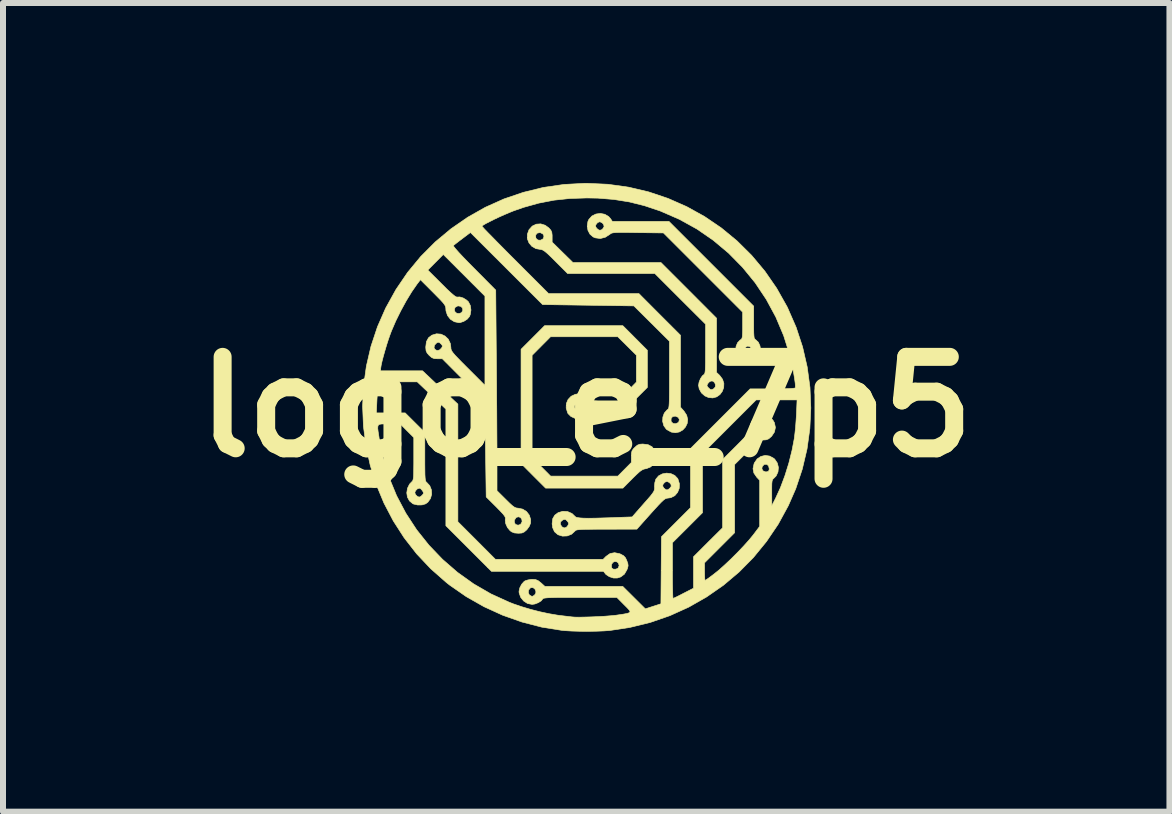
<source format=kicad_pcb>
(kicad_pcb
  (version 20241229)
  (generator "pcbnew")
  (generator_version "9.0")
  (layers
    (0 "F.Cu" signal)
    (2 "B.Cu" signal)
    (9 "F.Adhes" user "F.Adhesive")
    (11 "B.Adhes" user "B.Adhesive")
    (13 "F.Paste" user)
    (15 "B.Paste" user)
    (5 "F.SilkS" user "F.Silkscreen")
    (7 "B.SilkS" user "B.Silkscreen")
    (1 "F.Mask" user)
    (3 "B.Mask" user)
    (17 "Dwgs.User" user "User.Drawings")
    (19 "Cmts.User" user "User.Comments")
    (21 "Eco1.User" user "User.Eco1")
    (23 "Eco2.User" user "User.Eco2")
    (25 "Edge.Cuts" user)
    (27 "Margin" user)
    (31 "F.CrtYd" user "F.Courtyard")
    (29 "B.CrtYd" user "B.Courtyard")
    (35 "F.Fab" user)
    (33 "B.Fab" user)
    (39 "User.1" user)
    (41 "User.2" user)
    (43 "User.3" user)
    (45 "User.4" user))
  (footprint "logo_e_7p5"
    (layer "F.Cu")
    (at 6.72 3.732)
    (property "Reference" "logo_e_7p5" (at 0 0 0) (layer "F.SilkS") (effects (font (size 1.524 1.524) (thickness 0.3))))
    (attr through_hole)
    (fp_poly (pts (xy -0.684 -3.028) (xy -0.624 -2.984) (xy -0.59 -2.946) (xy -0.574 -2.911) (xy -0.568 -2.863) (xy -0.568 -2.838) (xy -0.568 -2.747) (xy -0.395 -2.577) (xy -0.222 -2.407) (xy 1.245 -2.407) (xy 1.709 -1.943) (xy 2.172 -1.479) (xy 2.172 -0.575) (xy 2.223 -0.527) (xy 2.272 -0.461) (xy 2.294 -0.392) (xy 2.291 -0.323) (xy 2.268 -0.26) (xy 2.228 -0.206) (xy 2.174 -0.168) (xy 2.109 -0.15) (xy 2.038 -0.157) (xy 1.977 -0.184) (xy 1.92 -0.234) (xy 1.883 -0.301) (xy 1.872 -0.361) (xy 1.872 -0.361) (xy 2.012 -0.361) (xy 2.02 -0.338) (xy 2.037 -0.319) (xy 2.067 -0.292) (xy 2.089 -0.287) (xy 2.118 -0.299) (xy 2.123 -0.302) (xy 2.15 -0.331) (xy 2.154 -0.369) (xy 2.14 -0.406) (xy 2.111 -0.43) (xy 2.079 -0.432) (xy 2.049 -0.415) (xy 2.027 -0.39) (xy 2.012 -0.361) (xy 1.872 -0.361) (xy 1.881 -0.414) (xy 1.904 -0.471) (xy 1.935 -0.518) (xy 1.957 -0.536) (xy 1.967 -0.543) (xy 1.974 -0.556) (xy 1.98 -0.577) (xy 1.984 -0.612) (xy 1.986 -0.664) (xy 1.988 -0.737) (xy 1.988 -0.835) (xy 1.989 -0.963) (xy 1.989 -1.379) (xy 1.566 -1.801) (xy 1.144 -2.223) (xy -0.31 -2.223) (xy -0.51 -2.423) (xy -0.587 -2.5) (xy -0.646 -2.556) (xy -0.69 -2.593) (xy -0.723 -2.614) (xy -0.747 -2.623) (xy -0.756 -2.624) (xy -0.838 -2.638) (xy -0.906 -2.677) (xy -0.954 -2.734) (xy -0.981 -2.803) (xy -0.981 -2.825) (xy -0.842 -2.825) (xy -0.835 -2.807) (xy -0.806 -2.782) (xy -0.765 -2.778) (xy -0.726 -2.796) (xy -0.712 -2.812) (xy -0.704 -2.85) (xy -0.723 -2.884) (xy -0.765 -2.904) (xy -0.773 -2.905) (xy -0.816 -2.897) (xy -0.841 -2.867) (xy -0.842 -2.825) (xy -0.981 -2.825) (xy -0.981 -2.878) (xy -0.953 -2.954) (xy -0.952 -2.955) (xy -0.899 -3.014) (xy -0.832 -3.046) (xy -0.758 -3.051) (xy -0.684 -3.028)) (stroke (width 0.01) (type solid)) (fill yes) (layer "F.SilkS"))
    (fp_poly (pts (xy 0.309 -3.211) (xy 0.373 -3.174) (xy 0.407 -3.135) (xy 0.435 -3.092) (xy 1.379 -3.092) (xy 2.085 -2.386) (xy 2.791 -1.68) (xy 2.791 -1.409) (xy 2.791 -1.308) (xy 2.792 -1.235) (xy 2.795 -1.185) (xy 2.799 -1.153) (xy 2.807 -1.135) (xy 2.817 -1.124) (xy 2.824 -1.12) (xy 2.868 -1.079) (xy 2.896 -1.018) (xy 2.906 -0.946) (xy 2.897 -0.874) (xy 2.882 -0.835) (xy 2.838 -0.783) (xy 2.773 -0.749) (xy 2.699 -0.736) (xy 2.623 -0.746) (xy 2.586 -0.762) (xy 2.537 -0.805) (xy 2.505 -0.867) (xy 2.492 -0.937) (xy 2.493 -0.957) (xy 2.628 -0.957) (xy 2.63 -0.921) (xy 2.65 -0.896) (xy 2.687 -0.872) (xy 2.723 -0.88) (xy 2.75 -0.904) (xy 2.77 -0.937) (xy 2.764 -0.965) (xy 2.727 -1.006) (xy 2.689 -1.014) (xy 2.658 -0.996) (xy 2.628 -0.957) (xy 2.493 -0.957) (xy 2.497 -1.008) (xy 2.522 -1.07) (xy 2.566 -1.116) (xy 2.574 -1.12) (xy 2.587 -1.13) (xy 2.596 -1.146) (xy 2.602 -1.174) (xy 2.605 -1.219) (xy 2.607 -1.288) (xy 2.607 -1.359) (xy 2.607 -1.58) (xy 1.947 -2.24) (xy 1.287 -2.9) (xy 0.859 -2.905) (xy 0.728 -2.907) (xy 0.626 -2.908) (xy 0.55 -2.908) (xy 0.494 -2.906) (xy 0.456 -2.903) (xy 0.43 -2.898) (xy 0.412 -2.891) (xy 0.399 -2.881) (xy 0.395 -2.878) (xy 0.318 -2.828) (xy 0.235 -2.807) (xy 0.152 -2.818) (xy 0.116 -2.833) (xy 0.063 -2.878) (xy 0.029 -2.942) (xy 0.018 -3.009) (xy 0.154 -3.009) (xy 0.175 -2.976) (xy 0.213 -2.946) (xy 0.249 -2.948) (xy 0.275 -2.968) (xy 0.298 -3.005) (xy 0.29 -3.041) (xy 0.266 -3.068) (xy 0.227 -3.087) (xy 0.19 -3.073) (xy 0.161 -3.037) (xy 0.154 -3.009) (xy 0.018 -3.009) (xy 0.017 -3.016) (xy 0.028 -3.09) (xy 0.044 -3.125) (xy 0.095 -3.182) (xy 0.162 -3.215) (xy 0.236 -3.225) (xy 0.309 -3.211)) (stroke (width 0.01) (type solid)) (fill yes) (layer "F.SilkS"))
    (fp_poly (pts (xy 1.412 1.112) (xy 1.476 1.142) (xy 1.524 1.193) (xy 1.529 1.202) (xy 1.553 1.28) (xy 1.55 1.356) (xy 1.523 1.424) (xy 1.476 1.479) (xy 1.411 1.512) (xy 1.355 1.52) (xy 1.336 1.523) (xy 1.314 1.533) (xy 1.286 1.554) (xy 1.249 1.589) (xy 1.199 1.641) (xy 1.134 1.712) (xy 1.074 1.779) (xy 0.844 2.037) (xy 0.339 2.038) (xy 0.196 2.038) (xy 0.082 2.039) (xy -0.006 2.04) (xy -0.072 2.042) (xy -0.118 2.045) (xy -0.15 2.049) (xy -0.169 2.054) (xy -0.181 2.062) (xy -0.187 2.068) (xy -0.244 2.121) (xy -0.317 2.15) (xy -0.396 2.153) (xy -0.47 2.13) (xy -0.528 2.081) (xy -0.56 2.011) (xy -0.567 1.954) (xy -0.432 1.954) (xy -0.407 1.996) (xy -0.369 2.017) (xy -0.331 2.006) (xy -0.307 1.978) (xy -0.293 1.949) (xy -0.3 1.924) (xy -0.315 1.903) (xy -0.342 1.877) (xy -0.368 1.875) (xy -0.391 1.884) (xy -0.426 1.914) (xy -0.432 1.954) (xy -0.567 1.954) (xy -0.568 1.942) (xy -0.558 1.862) (xy -0.524 1.804) (xy -0.468 1.762) (xy -0.389 1.739) (xy -0.31 1.744) (xy -0.237 1.776) (xy -0.187 1.824) (xy -0.173 1.836) (xy -0.145 1.844) (xy -0.103 1.85) (xy -0.042 1.854) (xy 0.04 1.855) (xy 0.147 1.854) (xy 0.28 1.85) (xy 0.443 1.845) (xy 0.479 1.843) (xy 0.766 1.833) (xy 0.954 1.618) (xy 1.023 1.54) (xy 1.073 1.482) (xy 1.106 1.439) (xy 1.126 1.408) (xy 1.136 1.382) (xy 1.139 1.358) (xy 1.139 1.33) (xy 1.139 1.33) (xy 1.139 1.319) (xy 1.274 1.319) (xy 1.294 1.352) (xy 1.329 1.381) (xy 1.359 1.381) (xy 1.39 1.359) (xy 1.417 1.324) (xy 1.412 1.29) (xy 1.386 1.26) (xy 1.347 1.241) (xy 1.309 1.255) (xy 1.28 1.291) (xy 1.274 1.319) (xy 1.139 1.319) (xy 1.143 1.263) (xy 1.16 1.205) (xy 1.16 1.204) (xy 1.206 1.149) (xy 1.268 1.116) (xy 1.34 1.103) (xy 1.412 1.112)) (stroke (width 0.01) (type solid)) (fill yes) (layer "F.SilkS"))
    (fp_poly (pts (xy 0.815 -1.149) (xy 1.019 -0.944) (xy 1.019 -0.326) (xy 0.814 -0.121) (xy 0.609 0.083) (xy 0.339 0.083) (xy 0.238 0.083) (xy 0.165 0.084) (xy 0.115 0.087) (xy 0.083 0.092) (xy 0.065 0.099) (xy 0.054 0.11) (xy 0.05 0.116) (xy 0.008 0.163) (xy -0.053 0.191) (xy -0.123 0.199) (xy -0.193 0.188) (xy -0.256 0.158) (xy -0.303 0.111) (xy -0.309 0.1) (xy -0.334 0.02) (xy -0.333 -0.021) (xy -0.196 -0.021) (xy -0.194 0.014) (xy -0.174 0.04) (xy -0.137 0.064) (xy -0.101 0.056) (xy -0.074 0.032) (xy -0.054 -0.001) (xy -0.06 -0.03) (xy -0.097 -0.07) (xy -0.135 -0.078) (xy -0.166 -0.06) (xy -0.196 -0.021) (xy -0.333 -0.021) (xy -0.331 -0.057) (xy -0.302 -0.125) (xy -0.251 -0.178) (xy -0.181 -0.211) (xy -0.124 -0.218) (xy -0.069 -0.209) (xy -0.012 -0.185) (xy 0.034 -0.154) (xy 0.056 -0.125) (xy 0.066 -0.115) (xy 0.089 -0.108) (xy 0.13 -0.104) (xy 0.194 -0.101) (xy 0.287 -0.101) (xy 0.297 -0.101) (xy 0.529 -0.101) (xy 0.682 -0.257) (xy 0.836 -0.414) (xy 0.836 -0.862) (xy 0.681 -1.016) (xy 0.526 -1.17) (xy -0.594 -1.17) (xy -0.748 -1.015) (xy -0.902 -0.86) (xy -0.902 0.844) (xy -0.747 0.998) (xy -0.593 1.153) (xy 0.527 1.153) (xy 0.64 1.039) (xy 0.752 0.926) (xy 0.752 0.829) (xy 0.753 0.805) (xy 0.888 0.805) (xy 0.896 0.848) (xy 0.913 0.871) (xy 0.943 0.897) (xy 0.969 0.896) (xy 1.002 0.869) (xy 1.004 0.867) (xy 1.027 0.839) (xy 1.026 0.816) (xy 1.014 0.796) (xy 0.977 0.761) (xy 0.936 0.755) (xy 0.91 0.769) (xy 0.888 0.805) (xy 0.753 0.805) (xy 0.754 0.771) (xy 0.763 0.732) (xy 0.785 0.699) (xy 0.809 0.675) (xy 0.851 0.638) (xy 0.891 0.622) (xy 0.943 0.618) (xy 1.031 0.629) (xy 1.097 0.664) (xy 1.142 0.724) (xy 1.144 0.728) (xy 1.166 0.807) (xy 1.159 0.883) (xy 1.127 0.95) (xy 1.073 1) (xy 1.001 1.029) (xy 0.99 1.03) (xy 0.959 1.037) (xy 0.928 1.052) (xy 0.892 1.077) (xy 0.846 1.119) (xy 0.784 1.179) (xy 0.767 1.196) (xy 0.611 1.353) (xy -0.677 1.353) (xy -0.882 1.148) (xy -1.086 0.943) (xy -1.086 -0.961) (xy -0.89 -1.157) (xy -0.694 -1.354) (xy 0.61 -1.354) (xy 0.815 -1.149)) (stroke (width 0.01) (type solid)) (fill yes) (layer "F.SilkS"))
    (fp_poly (pts (xy 0.36 -3.711) (xy 0.705 -3.663) (xy 1.04 -3.584) (xy 1.364 -3.475) (xy 1.675 -3.338) (xy 1.971 -3.174) (xy 2.252 -2.983) (xy 2.514 -2.767) (xy 2.756 -2.527) (xy 2.977 -2.263) (xy 3.174 -1.978) (xy 3.347 -1.671) (xy 3.359 -1.646) (xy 3.498 -1.328) (xy 3.606 -1) (xy 3.683 -0.665) (xy 3.729 -0.325) (xy 3.743 0.018) (xy 3.727 0.361) (xy 3.68 0.701) (xy 3.601 1.036) (xy 3.492 1.363) (xy 3.368 1.646) (xy 3.2 1.954) (xy 3.005 2.242) (xy 2.787 2.509) (xy 2.546 2.753) (xy 2.285 2.973) (xy 2.004 3.168) (xy 1.707 3.337) (xy 1.393 3.479) (xy 1.066 3.592) (xy 0.726 3.675) (xy 0.398 3.725) (xy 0.295 3.733) (xy 0.169 3.738) (xy 0.031 3.74) (xy -0.11 3.739) (xy -0.244 3.735) (xy -0.36 3.728) (xy -0.409 3.723) (xy -0.741 3.67) (xy -1.07 3.585) (xy -1.393 3.471) (xy -1.704 3.329) (xy -2 3.161) (xy -2.275 2.97) (xy -2.331 2.926) (xy -2.591 2.697) (xy -2.826 2.448) (xy -3.034 2.181) (xy -3.216 1.898) (xy -3.371 1.602) (xy -3.499 1.294) (xy -3.599 0.976) (xy -3.67 0.651) (xy -3.713 0.321) (xy -3.722 0.1) (xy -3.498 0.1) (xy -3.017 0.1) (xy -2.69 0.425) (xy -2.69 0.83) (xy -2.69 0.957) (xy -2.689 1.055) (xy -2.688 1.128) (xy -2.685 1.18) (xy -2.681 1.215) (xy -2.675 1.236) (xy -2.668 1.25) (xy -2.66 1.256) (xy -2.608 1.312) (xy -2.58 1.382) (xy -2.576 1.456) (xy -2.596 1.527) (xy -2.639 1.587) (xy -2.677 1.615) (xy -2.737 1.633) (xy -2.81 1.634) (xy -2.878 1.618) (xy -2.891 1.612) (xy -2.946 1.566) (xy -2.98 1.503) (xy -2.991 1.43) (xy -2.99 1.428) (xy -2.857 1.428) (xy -2.845 1.461) (xy -2.815 1.491) (xy -2.784 1.503) (xy -2.757 1.492) (xy -2.733 1.47) (xy -2.713 1.445) (xy -2.715 1.422) (xy -2.73 1.395) (xy -2.757 1.365) (xy -2.781 1.353) (xy -2.815 1.366) (xy -2.845 1.397) (xy -2.857 1.428) (xy -2.99 1.428) (xy -2.979 1.356) (xy -2.945 1.287) (xy -2.909 1.249) (xy -2.897 1.238) (xy -2.889 1.223) (xy -2.883 1.2) (xy -2.878 1.165) (xy -2.876 1.113) (xy -2.875 1.039) (xy -2.874 0.939) (xy -2.874 0.865) (xy -2.874 0.51) (xy -2.987 0.397) (xy -3.099 0.284) (xy -3.287 0.284) (xy -3.366 0.283) (xy -3.42 0.285) (xy -3.454 0.293) (xy -3.471 0.314) (xy -3.475 0.353) (xy -3.468 0.413) (xy -3.454 0.5) (xy -3.451 0.525) (xy -3.384 0.854) (xy -3.287 1.172) (xy -3.161 1.478) (xy -3.007 1.77) (xy -2.827 2.046) (xy -2.622 2.303) (xy -2.394 2.541) (xy -2.145 2.757) (xy -1.875 2.95) (xy -1.586 3.117) (xy -1.281 3.256) (xy -1.212 3.283) (xy -1.077 3.329) (xy -0.926 3.374) (xy -0.77 3.414) (xy -0.62 3.446) (xy -0.486 3.469) (xy -0.451 3.474) (xy -0.376 3.483) (xy -0.307 3.491) (xy -0.257 3.497) (xy -0.242 3.499) (xy -0.191 3.503) (xy -0.114 3.504) (xy -0.018 3.502) (xy 0.09 3.499) (xy 0.202 3.494) (xy 0.311 3.488) (xy 0.41 3.48) (xy 0.492 3.472) (xy 0.526 3.467) (xy 0.621 3.453) (xy 0.685 3.441) (xy 0.721 3.428) (xy 0.731 3.411) (xy 0.717 3.385) (xy 0.683 3.348) (xy 0.633 3.298) (xy 0.511 3.175) (xy -0.102 3.175) (xy -0.264 3.175) (xy -0.395 3.175) (xy -0.499 3.176) (xy -0.579 3.178) (xy -0.638 3.18) (xy -0.679 3.184) (xy -0.705 3.188) (xy -0.719 3.193) (xy -0.725 3.2) (xy -0.751 3.232) (xy -0.799 3.262) (xy -0.855 3.284) (xy -0.902 3.291) (xy -0.978 3.276) (xy -1.043 3.234) (xy -1.092 3.173) (xy -1.118 3.1) (xy -1.118 3.093) (xy -0.966 3.093) (xy -0.95 3.13) (xy -0.943 3.136) (xy -0.914 3.153) (xy -0.902 3.158) (xy -0.882 3.149) (xy -0.862 3.136) (xy -0.84 3.104) (xy -0.84 3.067) (xy -0.857 3.033) (xy -0.886 3.012) (xy -0.922 3.012) (xy -0.932 3.018) (xy -0.96 3.051) (xy -0.966 3.093) (xy -1.118 3.093) (xy -1.12 3.073) (xy -1.107 3.015) (xy -1.076 2.955) (xy -1.035 2.909) (xy -1.018 2.898) (xy -0.971 2.883) (xy -0.912 2.874) (xy -0.895 2.874) (xy -0.842 2.878) (xy -0.8 2.896) (xy -0.754 2.932) (xy -0.689 2.991) (xy 0.609 2.991) (xy 0.797 3.178) (xy 0.985 3.365) (xy 1.115 3.323) (xy 1.245 3.281) (xy 1.253 2.263) (xy 1.437 2.263) (xy 1.437 2.727) (xy 1.437 2.848) (xy 1.438 2.957) (xy 1.44 3.05) (xy 1.442 3.123) (xy 1.444 3.171) (xy 1.447 3.191) (xy 1.447 3.191) (xy 1.465 3.184) (xy 1.506 3.165) (xy 1.564 3.136) (xy 1.622 3.106) (xy 1.788 3.021) (xy 1.788 2.497) (xy 2.03 2.255) (xy 2.273 2.014) (xy 2.273 0.876) (xy 2.504 0.646) (xy 2.584 0.565) (xy 2.643 0.504) (xy 2.685 0.458) (xy 2.71 0.425) (xy 2.724 0.4) (xy 2.728 0.38) (xy 2.728 0.369) (xy 2.729 0.353) (xy 2.875 0.353) (xy 2.89 0.391) (xy 2.922 0.414) (xy 2.941 0.417) (xy 2.976 0.406) (xy 2.988 0.397) (xy 3.008 0.359) (xy 3.004 0.32) (xy 2.98 0.289) (xy 2.944 0.275) (xy 2.908 0.284) (xy 2.88 0.314) (xy 2.875 0.353) (xy 2.729 0.353) (xy 2.733 0.303) (xy 2.762 0.236) (xy 2.808 0.181) (xy 2.827 0.167) (xy 2.902 0.139) (xy 2.979 0.139) (xy 3.051 0.165) (xy 3.108 0.215) (xy 3.136 0.262) (xy 3.153 0.342) (xy 3.137 0.418) (xy 3.089 0.49) (xy 3.083 0.495) (xy 3.04 0.532) (xy 2.998 0.548) (xy 2.955 0.551) (xy 2.928 0.552) (xy 2.904 0.557) (xy 2.879 0.569) (xy 2.848 0.592) (xy 2.807 0.629) (xy 2.751 0.683) (xy 2.678 0.755) (xy 2.473 0.96) (xy 2.473 2.097) (xy 2.223 2.347) (xy 1.972 2.598) (xy 1.972 2.744) (xy 1.973 2.809) (xy 1.975 2.86) (xy 1.979 2.887) (xy 1.981 2.89) (xy 1.998 2.881) (xy 2.035 2.856) (xy 2.086 2.818) (xy 2.127 2.787) (xy 2.211 2.72) (xy 2.309 2.632) (xy 2.415 2.532) (xy 2.521 2.426) (xy 2.622 2.32) (xy 2.711 2.221) (xy 2.782 2.135) (xy 2.788 2.127) (xy 2.891 1.99) (xy 2.891 1.223) (xy 2.841 1.17) (xy 2.794 1.101) (xy 2.781 1.034) (xy 2.928 1.034) (xy 2.948 1.066) (xy 2.986 1.082) (xy 3.006 1.082) (xy 3.038 1.072) (xy 3.049 1.045) (xy 3.05 1.029) (xy 3.039 0.983) (xy 3.011 0.957) (xy 2.974 0.956) (xy 2.962 0.962) (xy 2.932 0.996) (xy 2.928 1.034) (xy 2.781 1.034) (xy 2.78 1.028) (xy 2.797 0.947) (xy 2.804 0.931) (xy 2.849 0.866) (xy 2.911 0.825) (xy 2.983 0.808) (xy 3.057 0.819) (xy 3.126 0.857) (xy 3.142 0.871) (xy 3.185 0.935) (xy 3.203 1.008) (xy 3.196 1.083) (xy 3.165 1.15) (xy 3.132 1.184) (xy 3.115 1.199) (xy 3.104 1.215) (xy 3.097 1.241) (xy 3.093 1.281) (xy 3.092 1.343) (xy 3.092 1.431) (xy 3.093 1.646) (xy 3.157 1.52) (xy 3.237 1.345) (xy 3.311 1.147) (xy 3.377 0.936) (xy 3.43 0.723) (xy 3.468 0.525) (xy 3.478 0.442) (xy 3.489 0.339) (xy 3.497 0.229) (xy 3.504 0.124) (xy 3.504 0.121) (xy 3.514 -0.117) (xy 2.832 -0.117) (xy 2.385 0.33) (xy 1.938 0.777) (xy 1.938 1.763) (xy 1.688 2.013) (xy 1.437 2.263) (xy 1.253 2.263) (xy 1.254 2.163) (xy 1.738 1.679) (xy 1.738 0.693) (xy 2.235 0.196) (xy 2.732 -0.301) (xy 3.103 -0.301) (xy 3.219 -0.302) (xy 3.319 -0.304) (xy 3.399 -0.307) (xy 3.454 -0.311) (xy 3.482 -0.316) (xy 3.484 -0.317) (xy 3.486 -0.343) (xy 3.483 -0.394) (xy 3.473 -0.467) (xy 3.459 -0.553) (xy 3.442 -0.647) (xy 3.422 -0.742) (xy 3.401 -0.833) (xy 3.393 -0.862) (xy 3.291 -1.187) (xy 3.16 -1.498) (xy 3.001 -1.792) (xy 2.816 -2.069) (xy 2.606 -2.326) (xy 2.373 -2.563) (xy 2.119 -2.776) (xy 1.845 -2.965) (xy 1.552 -3.127) (xy 1.242 -3.262) (xy 1.23 -3.267) (xy 0.97 -3.354) (xy 0.717 -3.417) (xy 0.461 -3.458) (xy 0.193 -3.48) (xy 0.008 -3.483) (xy -0.273 -3.474) (xy -0.536 -3.446) (xy -0.79 -3.397) (xy -1.044 -3.326) (xy -1.213 -3.267) (xy -1.285 -3.238) (xy -1.367 -3.203) (xy -1.452 -3.165) (xy -1.535 -3.126) (xy -1.61 -3.088) (xy -1.673 -3.056) (xy -1.717 -3.03) (xy -1.737 -3.014) (xy -1.738 -3.012) (xy -1.726 -2.999) (xy -1.694 -2.963) (xy -1.642 -2.909) (xy -1.573 -2.839) (xy -1.49 -2.754) (xy -1.395 -2.658) (xy -1.29 -2.552) (xy -1.182 -2.444) (xy -0.627 -1.889) (xy 0.878 -1.889) (xy 1.224 -1.542) (xy 1.571 -1.195) (xy 1.571 0.004) (xy 1.629 0.069) (xy 1.674 0.138) (xy 1.691 0.208) (xy 1.683 0.275) (xy 1.654 0.335) (xy 1.609 0.384) (xy 1.552 0.417) (xy 1.486 0.43) (xy 1.417 0.419) (xy 1.347 0.38) (xy 1.334 0.37) (xy 1.293 0.313) (xy 1.274 0.243) (xy 1.274 0.234) (xy 1.414 0.234) (xy 1.421 0.251) (xy 1.45 0.276) (xy 1.491 0.28) (xy 1.53 0.262) (xy 1.544 0.246) (xy 1.552 0.208) (xy 1.533 0.174) (xy 1.491 0.155) (xy 1.482 0.153) (xy 1.44 0.161) (xy 1.415 0.191) (xy 1.414 0.234) (xy 1.274 0.234) (xy 1.277 0.17) (xy 1.301 0.103) (xy 1.345 0.052) (xy 1.354 0.045) (xy 1.363 0.039) (xy 1.37 0.028) (xy 1.376 0.011) (xy 1.38 -0.017) (xy 1.383 -0.059) (xy 1.385 -0.118) (xy 1.386 -0.198) (xy 1.387 -0.303) (xy 1.387 -0.435) (xy 1.387 -0.535) (xy 1.387 -1.095) (xy 1.09 -1.39) (xy 0.794 -1.684) (xy 0.033 -1.695) (xy -0.727 -1.706) (xy -1.93 -2.907) (xy -2.064 -2.806) (xy -2.122 -2.762) (xy -2.171 -2.724) (xy -2.204 -2.698) (xy -2.213 -2.69) (xy -2.207 -2.673) (xy -2.177 -2.635) (xy -2.124 -2.575) (xy -2.05 -2.496) (xy -1.956 -2.399) (xy -1.869 -2.311) (xy -1.508 -1.947) (xy -1.498 -0.803) (xy -1.496 -0.592) (xy -1.494 -0.376) (xy -1.493 -0.162) (xy -1.491 0.048) (xy -1.49 0.248) (xy -1.489 0.434) (xy -1.488 0.6) (xy -1.487 0.743) (xy -1.487 0.858) (xy -1.487 0.869) (xy -1.487 1.396) (xy -1.341 1.541) (xy -1.277 1.604) (xy -1.231 1.646) (xy -1.196 1.671) (xy -1.168 1.683) (xy -1.141 1.687) (xy -1.136 1.687) (xy -1.06 1.703) (xy -0.995 1.743) (xy -0.949 1.803) (xy -0.926 1.875) (xy -0.927 1.935) (xy -0.948 1.988) (xy -0.986 2.041) (xy -0.994 2.05) (xy -1.034 2.084) (xy -1.072 2.101) (xy -1.124 2.105) (xy -1.133 2.105) (xy -1.196 2.1) (xy -1.242 2.082) (xy -1.268 2.063) (xy -1.312 2.011) (xy -1.341 1.947) (xy -1.344 1.927) (xy -1.198 1.927) (xy -1.177 1.959) (xy -1.136 1.971) (xy -1.101 1.96) (xy -1.09 1.951) (xy -1.069 1.914) (xy -1.072 1.877) (xy -1.092 1.846) (xy -1.123 1.831) (xy -1.159 1.838) (xy -1.171 1.847) (xy -1.197 1.887) (xy -1.198 1.927) (xy -1.344 1.927) (xy -1.35 1.885) (xy -1.347 1.865) (xy -1.347 1.846) (xy -1.359 1.821) (xy -1.385 1.786) (xy -1.43 1.738) (xy -1.495 1.671) (xy -1.502 1.664) (xy -1.667 1.5) (xy -1.69 -0.092) (xy -2.398 -0.803) (xy -2.479 -0.803) (xy -2.534 -0.806) (xy -2.574 -0.822) (xy -2.615 -0.857) (xy -2.617 -0.859) (xy -2.652 -0.899) (xy -2.669 -0.936) (xy -2.674 -0.986) (xy -2.536 -0.986) (xy -2.522 -0.96) (xy -2.488 -0.94) (xy -2.447 -0.948) (xy -2.412 -0.98) (xy -2.411 -0.981) (xy -2.397 -1.01) (xy -2.404 -1.033) (xy -2.423 -1.053) (xy -2.451 -1.077) (xy -2.474 -1.077) (xy -2.495 -1.065) (xy -2.53 -1.028) (xy -2.536 -0.986) (xy -2.674 -0.986) (xy -2.674 -0.987) (xy -2.674 -1.002) (xy -2.663 -1.089) (xy -2.628 -1.153) (xy -2.572 -1.196) (xy -2.495 -1.219) (xy -2.42 -1.213) (xy -2.353 -1.181) (xy -2.299 -1.129) (xy -2.265 -1.058) (xy -2.256 -0.995) (xy -2.255 -0.973) (xy -2.25 -0.952) (xy -2.239 -0.929) (xy -2.218 -0.9) (xy -2.185 -0.861) (xy -2.137 -0.811) (xy -2.072 -0.744) (xy -1.985 -0.657) (xy -1.972 -0.644) (xy -1.688 -0.36) (xy -1.688 -1.847) (xy -2.035 -2.194) (xy -2.382 -2.541) (xy -2.511 -2.411) (xy -2.64 -2.281) (xy -2.409 -2.051) (xy -2.322 -1.964) (xy -2.254 -1.901) (xy -2.205 -1.859) (xy -2.172 -1.836) (xy -2.153 -1.831) (xy -2.151 -1.831) (xy -2.107 -1.833) (xy -2.051 -1.816) (xy -1.997 -1.783) (xy -1.964 -1.753) (xy -1.932 -1.691) (xy -1.921 -1.615) (xy -1.933 -1.539) (xy -1.946 -1.506) (xy -1.983 -1.463) (xy -2.039 -1.427) (xy -2.1 -1.406) (xy -2.121 -1.404) (xy -2.198 -1.42) (xy -2.264 -1.462) (xy -2.312 -1.524) (xy -2.337 -1.6) (xy -2.339 -1.62) (xy -2.198 -1.62) (xy -2.188 -1.587) (xy -2.158 -1.561) (xy -2.116 -1.556) (xy -2.078 -1.572) (xy -2.075 -1.575) (xy -2.056 -1.612) (xy -2.063 -1.649) (xy -2.09 -1.676) (xy -2.132 -1.684) (xy -2.145 -1.682) (xy -2.186 -1.659) (xy -2.198 -1.62) (xy -2.339 -1.62) (xy -2.339 -1.63) (xy -2.341 -1.655) (xy -2.347 -1.678) (xy -2.361 -1.704) (xy -2.386 -1.737) (xy -2.425 -1.78) (xy -2.483 -1.839) (xy -2.551 -1.908) (xy -2.763 -2.12) (xy -2.82 -2.046) (xy -2.908 -1.919) (xy -3 -1.768) (xy -3.09 -1.603) (xy -3.174 -1.433) (xy -3.246 -1.266) (xy -3.266 -1.213) (xy -3.295 -1.131) (xy -3.325 -1.038) (xy -3.354 -0.94) (xy -3.381 -0.845) (xy -3.403 -0.76) (xy -3.418 -0.691) (xy -3.425 -0.645) (xy -3.426 -0.64) (xy -3.426 -0.602) (xy -2.728 -0.602) (xy -2.434 -0.324) (xy -2.139 -0.047) (xy -2.139 1.913) (xy -1.826 2.226) (xy -1.513 2.54) (xy 0.282 2.54) (xy 0.33 2.491) (xy 0.398 2.443) (xy 0.473 2.429) (xy 0.557 2.446) (xy 0.573 2.453) (xy 0.623 2.48) (xy 0.655 2.515) (xy 0.677 2.563) (xy 0.694 2.612) (xy 0.698 2.647) (xy 0.689 2.686) (xy 0.678 2.714) (xy 0.636 2.787) (xy 0.575 2.833) (xy 0.519 2.851) (xy 0.453 2.851) (xy 0.385 2.829) (xy 0.329 2.792) (xy 0.32 2.781) (xy 0.288 2.74) (xy -1.579 2.74) (xy -1.649 2.67) (xy 0.42 2.67) (xy 0.424 2.683) (xy 0.447 2.702) (xy 0.484 2.705) (xy 0.521 2.694) (xy 0.534 2.682) (xy 0.549 2.642) (xy 0.535 2.602) (xy 0.514 2.583) (xy 0.476 2.575) (xy 0.443 2.592) (xy 0.422 2.626) (xy 0.42 2.67) (xy -1.649 2.67) (xy -1.959 2.36) (xy -2.339 1.98) (xy -2.339 0.036) (xy -2.816 -0.418) (xy -3.136 -0.418) (xy -3.248 -0.418) (xy -3.332 -0.417) (xy -3.391 -0.414) (xy -3.43 -0.41) (xy -3.453 -0.404) (xy -3.464 -0.396) (xy -3.465 -0.392) (xy -3.47 -0.367) (xy -3.475 -0.315) (xy -3.48 -0.243) (xy -3.485 -0.159) (xy -3.487 -0.133) (xy -3.498 0.1) (xy -3.722 0.1) (xy -3.727 -0.012) (xy -3.71 -0.347) (xy -3.664 -0.68) (xy -3.587 -1.011) (xy -3.479 -1.336) (xy -3.343 -1.646) (xy -3.172 -1.955) (xy -2.977 -2.242) (xy -2.758 -2.507) (xy -2.517 -2.749) (xy -2.256 -2.967) (xy -1.977 -3.16) (xy -1.682 -3.327) (xy -1.372 -3.466) (xy -1.049 -3.576) (xy -0.715 -3.658) (xy -0.371 -3.708) (xy -0.019 -3.727) (xy 0.008 -3.727) (xy 0.36 -3.711)) (stroke (width 0.01) (type solid)) (fill yes) (layer "F.SilkS")))
  (gr_rect
    (start -3 -3)
    (end 16.44 10.477)
    (stroke (width 0.1) (type default))
    (fill no)
    (layer "Edge.Cuts")))
</source>
